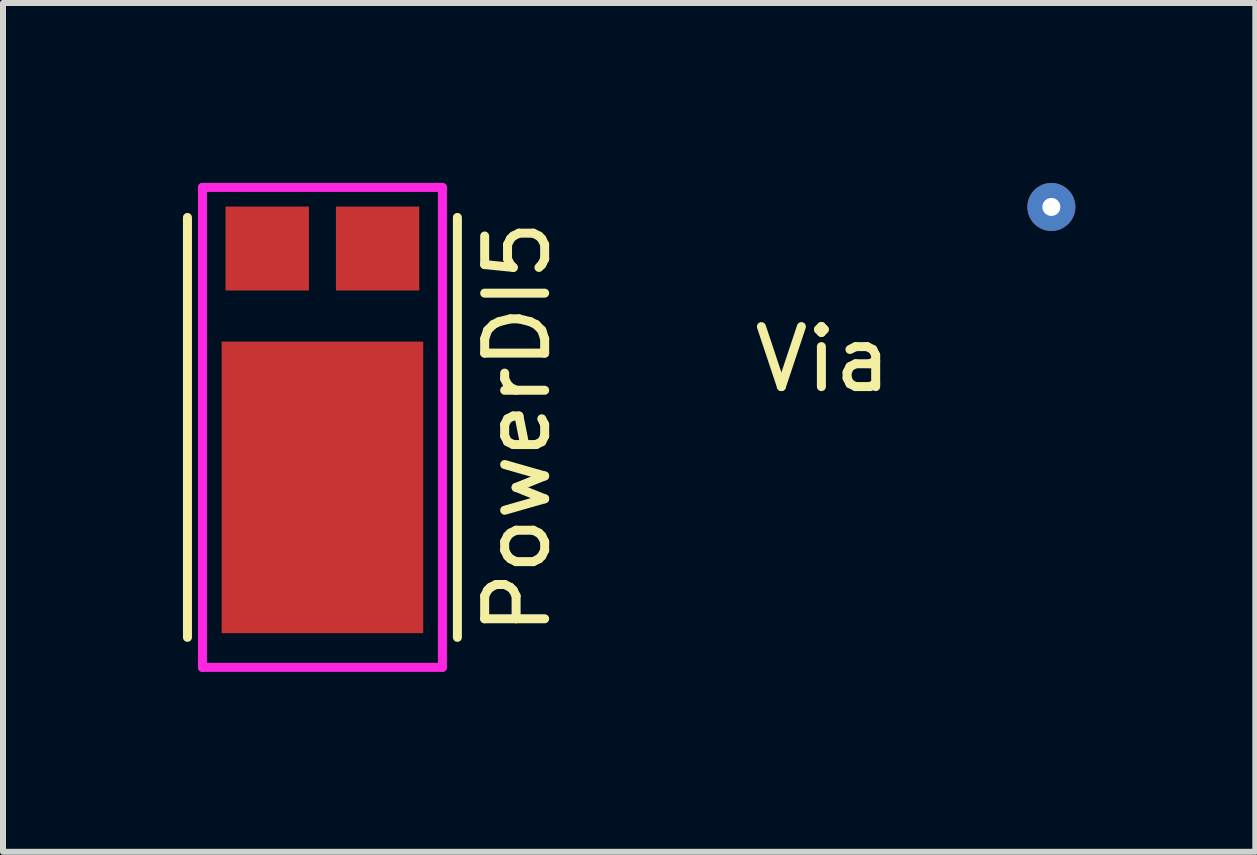
<source format=kicad_pcb>
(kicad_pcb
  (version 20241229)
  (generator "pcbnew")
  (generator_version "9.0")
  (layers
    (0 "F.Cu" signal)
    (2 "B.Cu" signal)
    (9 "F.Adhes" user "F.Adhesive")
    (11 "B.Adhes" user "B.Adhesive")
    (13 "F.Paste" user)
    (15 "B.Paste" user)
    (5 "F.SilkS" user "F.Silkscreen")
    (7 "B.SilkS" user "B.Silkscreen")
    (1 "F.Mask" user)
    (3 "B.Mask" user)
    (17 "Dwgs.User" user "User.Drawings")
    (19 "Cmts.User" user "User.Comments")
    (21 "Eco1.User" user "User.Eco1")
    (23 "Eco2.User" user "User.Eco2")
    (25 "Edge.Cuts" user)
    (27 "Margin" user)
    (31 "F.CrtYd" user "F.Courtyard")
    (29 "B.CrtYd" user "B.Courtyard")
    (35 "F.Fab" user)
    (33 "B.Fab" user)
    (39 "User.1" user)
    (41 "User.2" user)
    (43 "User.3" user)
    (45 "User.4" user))
  (footprint "Via"
    (layer "F.Cu")
    (at 14.477 0.4)
    (property "Reference" "Via" (at -3.81 2.54 0) (layer "F.SilkS") (effects (font (size 1 1) (thickness 0.15))))
    (attr through_hole)
    (pad "" thru_hole circle (at 0 0) (size 0.8 0.8) (drill 0.3) (layers "*.Cu")))
  (footprint "PowerDI5"
    (layer "F.Cu")
    (at 2.325 5.075)
    (property "Reference" "PowerDI5" (at 3.25 -1 90) (layer "F.SilkS") (effects (font (size 1 1) (thickness 0.15))))
    (attr through_hole)
    (fp_line (start -2.25 -4.5) (end -2.25 2.5) (stroke (width 0.15) (type solid)) (layer "F.SilkS"))
    (fp_line (start 2.25 -4.5) (end 2.25 2.5) (stroke (width 0.15) (type solid)) (layer "F.SilkS"))
    (fp_line (start -2 -5) (end -2 3) (stroke (width 0.15) (type solid)) (layer "F.CrtYd"))
    (fp_line (start -2 3) (end 2 3) (stroke (width 0.15) (type solid)) (layer "F.CrtYd"))
    (fp_line (start 2 -5) (end -2 -5) (stroke (width 0.15) (type solid)) (layer "F.CrtYd"))
    (fp_line (start 2 3) (end 2 -5) (stroke (width 0.15) (type solid)) (layer "F.CrtYd"))
    (pad "1" smd rect (at 0 0) (size 3.36 4.86) (layers "F.Cu" "F.Mask" "F.Paste"))
    (pad "2" smd rect (at -0.92 -3.982) (size 1.39 1.4) (layers "F.Cu" "F.Mask" "F.Paste"))
    (pad "2" smd rect (at 0.92 -3.982) (size 1.39 1.4) (layers "F.Cu" "F.Mask" "F.Paste")))
  (gr_rect
    (start -3 -3)
    (end 17.877 11.15)
    (stroke (width 0.1) (type default))
    (fill no)
    (layer "Edge.Cuts")))
</source>
